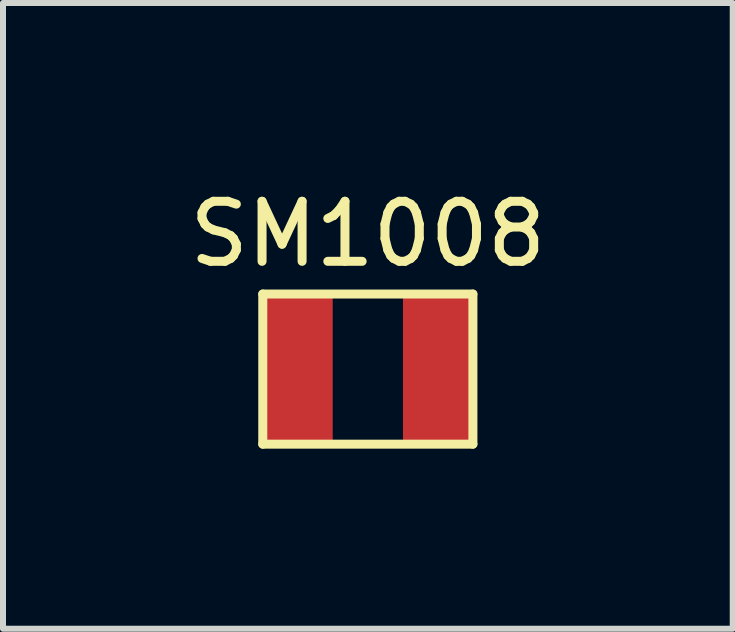
<source format=kicad_pcb>
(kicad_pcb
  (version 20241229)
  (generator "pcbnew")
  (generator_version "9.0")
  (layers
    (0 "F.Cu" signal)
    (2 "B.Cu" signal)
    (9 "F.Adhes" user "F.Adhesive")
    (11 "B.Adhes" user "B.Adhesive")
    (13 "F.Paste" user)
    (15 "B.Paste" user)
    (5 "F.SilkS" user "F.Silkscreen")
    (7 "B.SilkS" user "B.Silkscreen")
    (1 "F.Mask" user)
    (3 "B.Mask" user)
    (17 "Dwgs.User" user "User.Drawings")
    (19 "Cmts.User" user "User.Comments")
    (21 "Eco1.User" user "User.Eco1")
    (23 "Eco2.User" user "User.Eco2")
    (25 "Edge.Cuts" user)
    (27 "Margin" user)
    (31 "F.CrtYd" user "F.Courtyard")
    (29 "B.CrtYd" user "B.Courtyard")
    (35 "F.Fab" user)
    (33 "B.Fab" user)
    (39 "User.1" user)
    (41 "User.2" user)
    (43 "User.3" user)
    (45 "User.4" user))
  (footprint "SM1008"
    (layer "F.Cu")
    (at 3.077 3.098)
    (property "Reference" "SM1008" (at 0 -2.25 0) (layer "F.SilkS") (effects (font (size 1 1) (thickness 0.15))))
    (attr through_hole)
    (fp_line (start -1.75 -1.25) (end 1.75 -1.25) (stroke (width 0.15) (type solid)) (layer "F.SilkS"))
    (fp_line (start -1.75 1.25) (end -1.75 -1.25) (stroke (width 0.15) (type solid)) (layer "F.SilkS"))
    (fp_line (start 1.75 -1.25) (end 1.75 1.25) (stroke (width 0.15) (type solid)) (layer "F.SilkS"))
    (fp_line (start 1.75 1.25) (end -1.75 1.25) (stroke (width 0.15) (type solid)) (layer "F.SilkS"))
    (pad "1" smd rect (at -1.135 0) (size 1.1 2.54) (layers "F.Cu" "F.Mask" "F.Paste"))
    (pad "2" smd rect (at 1.135 0) (size 1.1 2.54) (layers "F.Cu" "F.Mask" "F.Paste")))
  (gr_rect
    (start -3 -3)
    (end 9.155 7.423)
    (stroke (width 0.1) (type default))
    (fill no)
    (layer "Edge.Cuts")))
</source>
